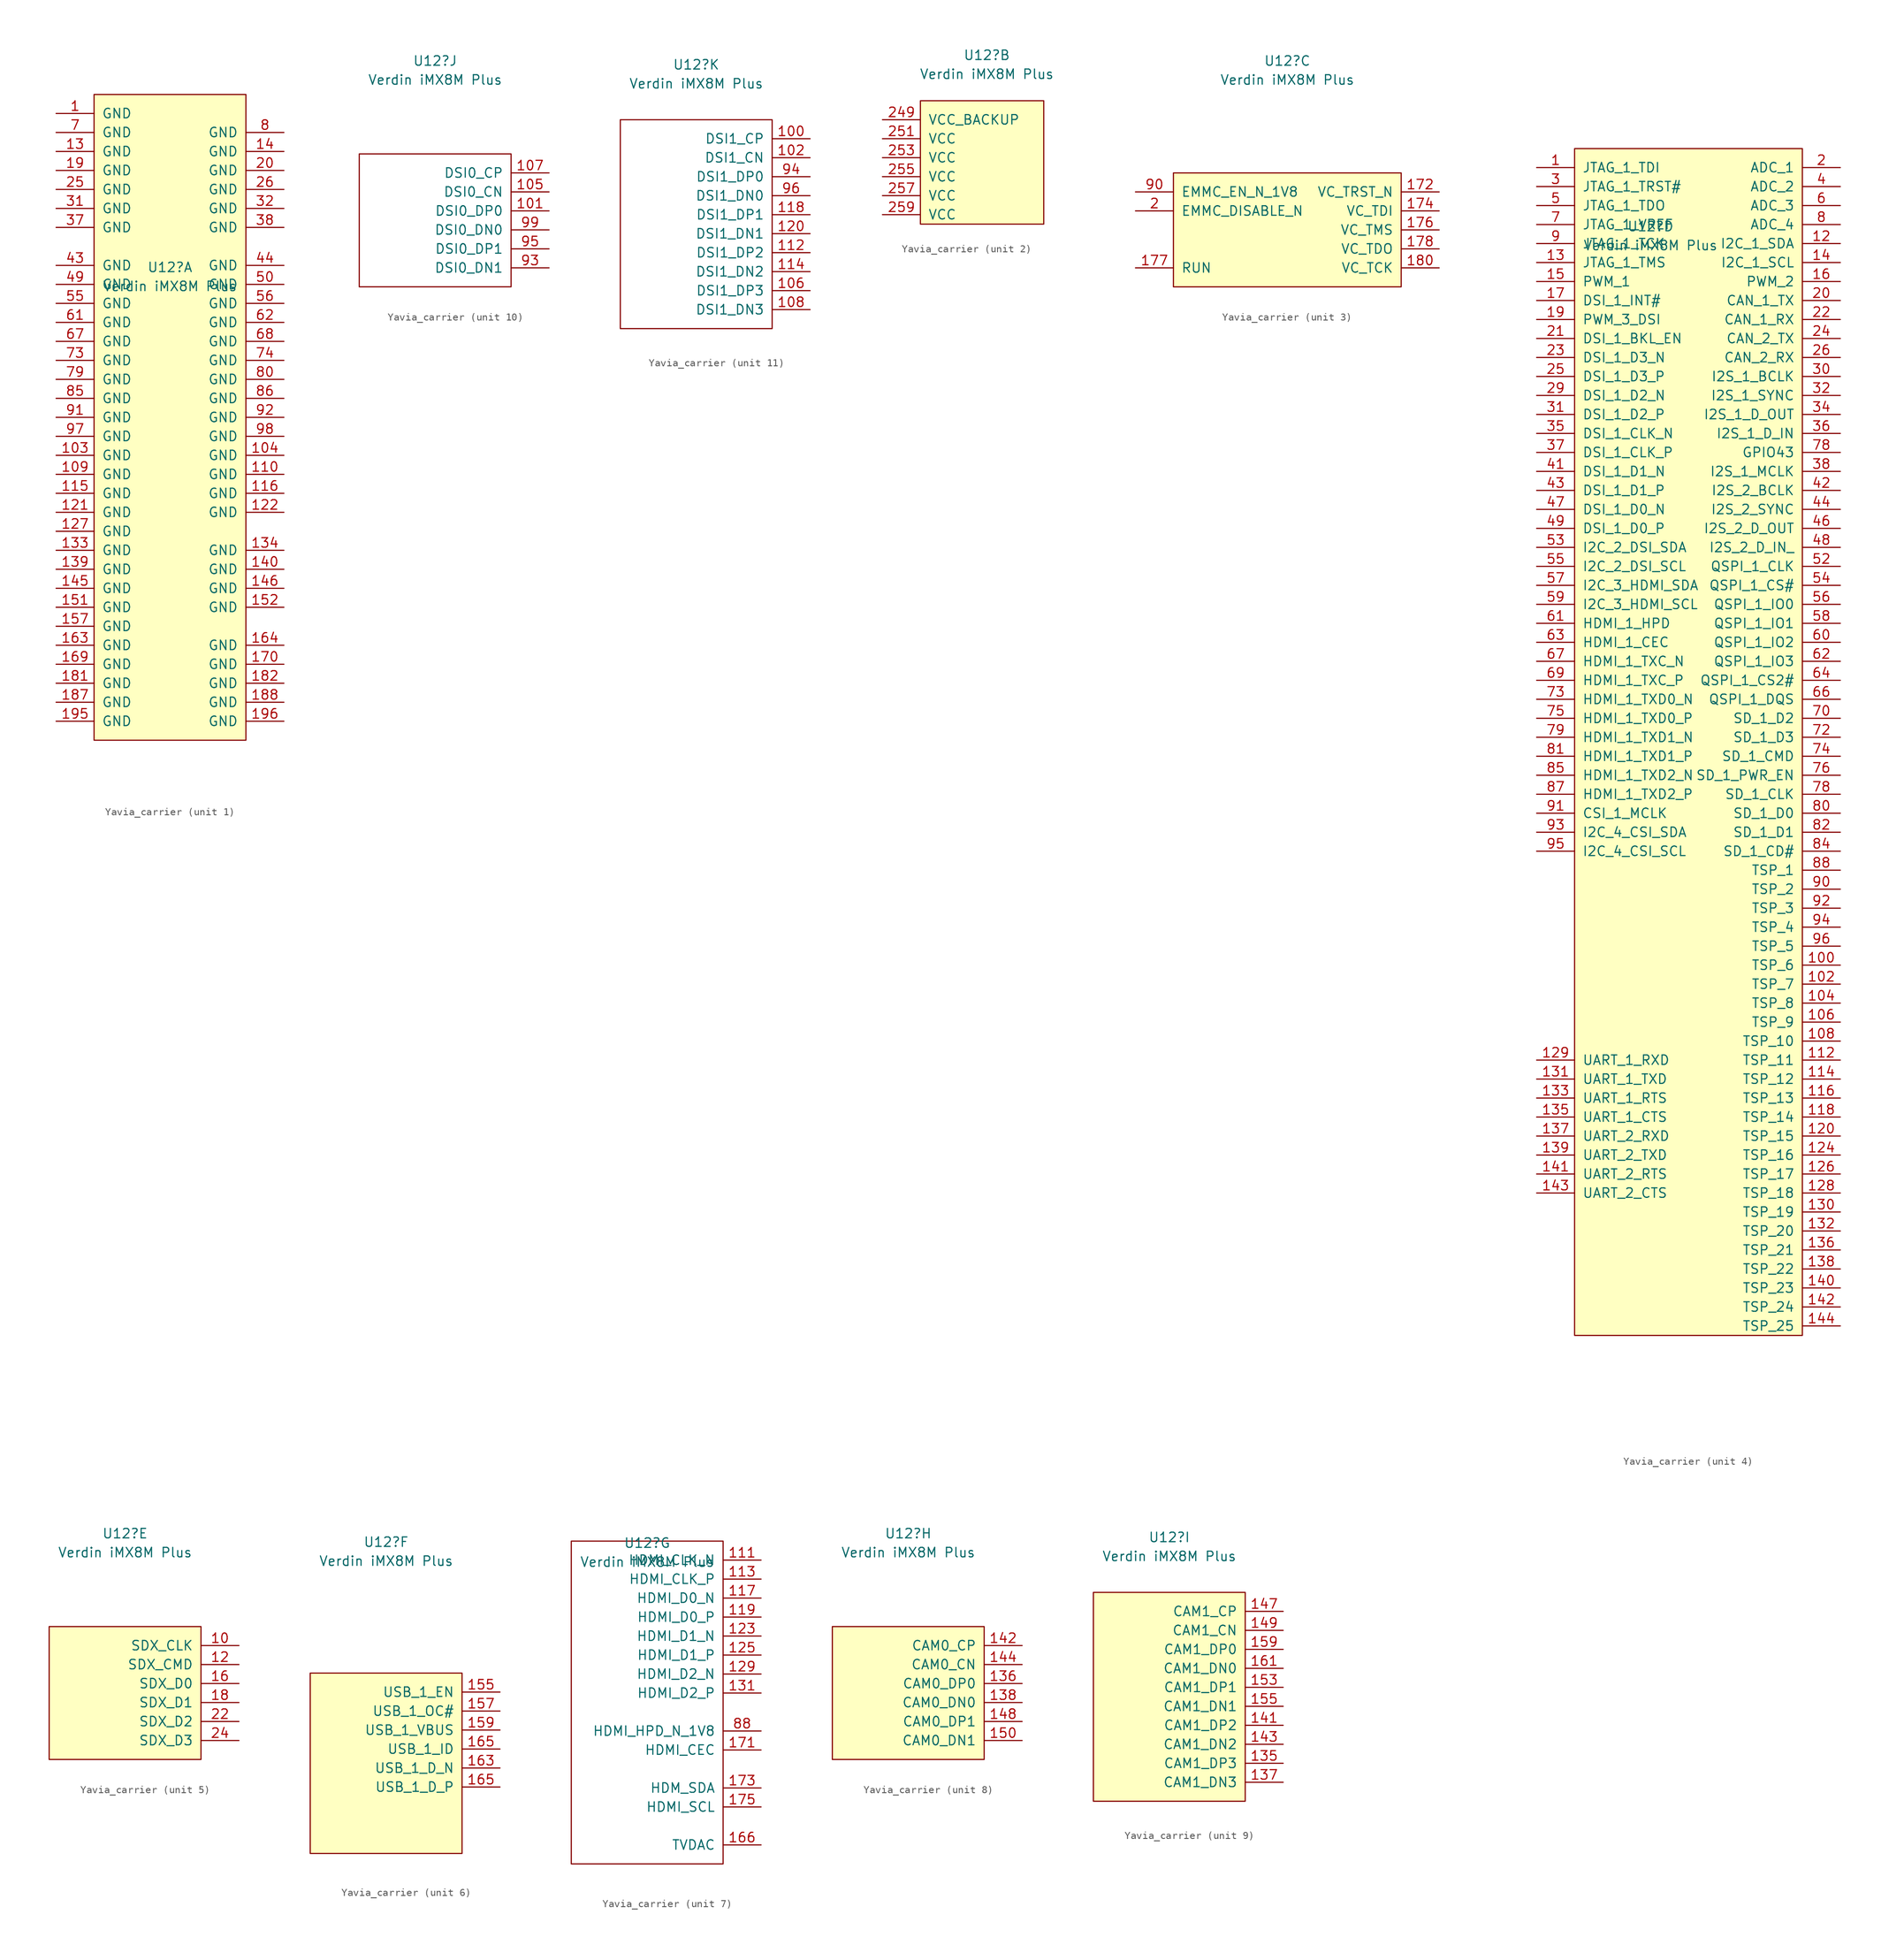
<source format=kicad_sym>
(kicad_symbol_lib
  (version 20220914)
  (generator kicad_symbol_editor)
  (symbol "Yavia_carrier"
    (pin_names
      (offset 1.016))
    (property "Reference" "U12"
      (at 0 22.606 0)
      (effects (font (size 1.27 1.27))))
    (property "Value" "Verdin iMX8M Plus"
      (at 0 20.066 0)
      (effects (font (size 1.27 1.27))))
    (property "ki_locked" ""
      (at 0 0 0)
      (effects (font (size 1.27 1.27))))
    (symbol "Yavia_carrier_1_1"
      (rectangle (start -10.16 45.72) (end 10.16 -40.64) (stroke (width 0) (type default)) (fill (type background)))
      (pin power_in line (at -15.24 43.18 0) (length 5.08) (name "GND" (effects (font (size 1.27 1.27)))) (number "1" (effects (font (size 1.27 1.27)))))
      (pin power_in line (at -15.24 -2.54 0) (length 5.08) (name "GND" (effects (font (size 1.27 1.27)))) (number "103" (effects (font (size 1.27 1.27)))))
      (pin power_in line (at 15.24 -2.54 180) (length 5.08) (name "GND" (effects (font (size 1.27 1.27)))) (number "104" (effects (font (size 1.27 1.27)))))
      (pin power_in line (at -15.24 -5.08 0) (length 5.08) (name "GND" (effects (font (size 1.27 1.27)))) (number "109" (effects (font (size 1.27 1.27)))))
      (pin power_in line (at 15.24 -5.08 180) (length 5.08) (name "GND" (effects (font (size 1.27 1.27)))) (number "110" (effects (font (size 1.27 1.27)))))
      (pin power_in line (at -15.24 -7.62 0) (length 5.08) (name "GND" (effects (font (size 1.27 1.27)))) (number "115" (effects (font (size 1.27 1.27)))))
      (pin power_in line (at 15.24 -7.62 180) (length 5.08) (name "GND" (effects (font (size 1.27 1.27)))) (number "116" (effects (font (size 1.27 1.27)))))
      (pin power_in line (at -15.24 -10.16 0) (length 5.08) (name "GND" (effects (font (size 1.27 1.27)))) (number "121" (effects (font (size 1.27 1.27)))))
      (pin power_in line (at 15.24 -10.16 180) (length 5.08) (name "GND" (effects (font (size 1.27 1.27)))) (number "122" (effects (font (size 1.27 1.27)))))
      (pin power_in line (at -15.24 -12.7 0) (length 5.08) (name "GND" (effects (font (size 1.27 1.27)))) (number "127" (effects (font (size 1.27 1.27)))))
      (pin power_in line (at -15.24 38.1 0) (length 5.08) (name "GND" (effects (font (size 1.27 1.27)))) (number "13" (effects (font (size 1.27 1.27)))))
      (pin power_in line (at -15.24 -15.24 0) (length 5.08) (name "GND" (effects (font (size 1.27 1.27)))) (number "133" (effects (font (size 1.27 1.27)))))
      (pin power_in line (at 15.24 -15.24 180) (length 5.08) (name "GND" (effects (font (size 1.27 1.27)))) (number "134" (effects (font (size 1.27 1.27)))))
      (pin power_in line (at -15.24 -17.78 0) (length 5.08) (name "GND" (effects (font (size 1.27 1.27)))) (number "139" (effects (font (size 1.27 1.27)))))
      (pin power_in line (at 15.24 38.1 180) (length 5.08) (name "GND" (effects (font (size 1.27 1.27)))) (number "14" (effects (font (size 1.27 1.27)))))
      (pin power_in line (at 15.24 -17.78 180) (length 5.08) (name "GND" (effects (font (size 1.27 1.27)))) (number "140" (effects (font (size 1.27 1.27)))))
      (pin power_in line (at -15.24 -20.32 0) (length 5.08) (name "GND" (effects (font (size 1.27 1.27)))) (number "145" (effects (font (size 1.27 1.27)))))
      (pin power_in line (at 15.24 -20.32 180) (length 5.08) (name "GND" (effects (font (size 1.27 1.27)))) (number "146" (effects (font (size 1.27 1.27)))))
      (pin power_in line (at -15.24 -22.86 0) (length 5.08) (name "GND" (effects (font (size 1.27 1.27)))) (number "151" (effects (font (size 1.27 1.27)))))
      (pin power_in line (at 15.24 -22.86 180) (length 5.08) (name "GND" (effects (font (size 1.27 1.27)))) (number "152" (effects (font (size 1.27 1.27)))))
      (pin power_in line (at -15.24 -25.4 0) (length 5.08) (name "GND" (effects (font (size 1.27 1.27)))) (number "157" (effects (font (size 1.27 1.27)))))
      (pin power_in line (at -15.24 -27.94 0) (length 5.08) (name "GND" (effects (font (size 1.27 1.27)))) (number "163" (effects (font (size 1.27 1.27)))))
      (pin power_in line (at 15.24 -27.94 180) (length 5.08) (name "GND" (effects (font (size 1.27 1.27)))) (number "164" (effects (font (size 1.27 1.27)))))
      (pin power_in line (at -15.24 -30.48 0) (length 5.08) (name "GND" (effects (font (size 1.27 1.27)))) (number "169" (effects (font (size 1.27 1.27)))))
      (pin power_in line (at 15.24 -30.48 180) (length 5.08) (name "GND" (effects (font (size 1.27 1.27)))) (number "170" (effects (font (size 1.27 1.27)))))
      (pin power_in line (at -15.24 -33.02 0) (length 5.08) (name "GND" (effects (font (size 1.27 1.27)))) (number "181" (effects (font (size 1.27 1.27)))))
      (pin power_in line (at 15.24 -33.02 180) (length 5.08) (name "GND" (effects (font (size 1.27 1.27)))) (number "182" (effects (font (size 1.27 1.27)))))
      (pin power_in line (at -15.24 -35.56 0) (length 5.08) (name "GND" (effects (font (size 1.27 1.27)))) (number "187" (effects (font (size 1.27 1.27)))))
      (pin power_in line (at 15.24 -35.56 180) (length 5.08) (name "GND" (effects (font (size 1.27 1.27)))) (number "188" (effects (font (size 1.27 1.27)))))
      (pin power_in line (at -15.24 35.56 0) (length 5.08) (name "GND" (effects (font (size 1.27 1.27)))) (number "19" (effects (font (size 1.27 1.27)))))
      (pin power_in line (at -15.24 -38.1 0) (length 5.08) (name "GND" (effects (font (size 1.27 1.27)))) (number "195" (effects (font (size 1.27 1.27)))))
      (pin power_in line (at 15.24 -38.1 180) (length 5.08) (name "GND" (effects (font (size 1.27 1.27)))) (number "196" (effects (font (size 1.27 1.27)))))
      (pin power_in line (at 15.24 35.56 180) (length 5.08) (name "GND" (effects (font (size 1.27 1.27)))) (number "20" (effects (font (size 1.27 1.27)))))
      (pin power_in line (at -15.24 33.02 0) (length 5.08) (name "GND" (effects (font (size 1.27 1.27)))) (number "25" (effects (font (size 1.27 1.27)))))
      (pin power_in line (at 15.24 33.02 180) (length 5.08) (name "GND" (effects (font (size 1.27 1.27)))) (number "26" (effects (font (size 1.27 1.27)))))
      (pin power_in line (at -15.24 30.48 0) (length 5.08) (name "GND" (effects (font (size 1.27 1.27)))) (number "31" (effects (font (size 1.27 1.27)))))
      (pin power_in line (at 15.24 30.48 180) (length 5.08) (name "GND" (effects (font (size 1.27 1.27)))) (number "32" (effects (font (size 1.27 1.27)))))
      (pin power_in line (at -15.24 27.94 0) (length 5.08) (name "GND" (effects (font (size 1.27 1.27)))) (number "37" (effects (font (size 1.27 1.27)))))
      (pin power_in line (at 15.24 27.94 180) (length 5.08) (name "GND" (effects (font (size 1.27 1.27)))) (number "38" (effects (font (size 1.27 1.27)))))
      (pin power_in line (at -15.24 22.86 0) (length 5.08) (name "GND" (effects (font (size 1.27 1.27)))) (number "43" (effects (font (size 1.27 1.27)))))
      (pin power_in line (at 15.24 22.86 180) (length 5.08) (name "GND" (effects (font (size 1.27 1.27)))) (number "44" (effects (font (size 1.27 1.27)))))
      (pin power_in line (at -15.24 20.32 0) (length 5.08) (name "GND" (effects (font (size 1.27 1.27)))) (number "49" (effects (font (size 1.27 1.27)))))
      (pin power_in line (at 15.24 20.32 180) (length 5.08) (name "GND" (effects (font (size 1.27 1.27)))) (number "50" (effects (font (size 1.27 1.27)))))
      (pin power_in line (at -15.24 17.78 0) (length 5.08) (name "GND" (effects (font (size 1.27 1.27)))) (number "55" (effects (font (size 1.27 1.27)))))
      (pin power_in line (at 15.24 17.78 180) (length 5.08) (name "GND" (effects (font (size 1.27 1.27)))) (number "56" (effects (font (size 1.27 1.27)))))
      (pin power_in line (at -15.24 15.24 0) (length 5.08) (name "GND" (effects (font (size 1.27 1.27)))) (number "61" (effects (font (size 1.27 1.27)))))
      (pin power_in line (at 15.24 15.24 180) (length 5.08) (name "GND" (effects (font (size 1.27 1.27)))) (number "62" (effects (font (size 1.27 1.27)))))
      (pin power_in line (at -15.24 12.7 0) (length 5.08) (name "GND" (effects (font (size 1.27 1.27)))) (number "67" (effects (font (size 1.27 1.27)))))
      (pin power_in line (at 15.24 12.7 180) (length 5.08) (name "GND" (effects (font (size 1.27 1.27)))) (number "68" (effects (font (size 1.27 1.27)))))
      (pin power_in line (at -15.24 40.64 0) (length 5.08) (name "GND" (effects (font (size 1.27 1.27)))) (number "7" (effects (font (size 1.27 1.27)))))
      (pin power_in line (at -15.24 10.16 0) (length 5.08) (name "GND" (effects (font (size 1.27 1.27)))) (number "73" (effects (font (size 1.27 1.27)))))
      (pin power_in line (at 15.24 10.16 180) (length 5.08) (name "GND" (effects (font (size 1.27 1.27)))) (number "74" (effects (font (size 1.27 1.27)))))
      (pin power_in line (at -15.24 7.62 0) (length 5.08) (name "GND" (effects (font (size 1.27 1.27)))) (number "79" (effects (font (size 1.27 1.27)))))
      (pin power_in line (at 15.24 40.64 180) (length 5.08) (name "GND" (effects (font (size 1.27 1.27)))) (number "8" (effects (font (size 1.27 1.27)))))
      (pin power_in line (at 15.24 7.62 180) (length 5.08) (name "GND" (effects (font (size 1.27 1.27)))) (number "80" (effects (font (size 1.27 1.27)))))
      (pin power_in line (at -15.24 5.08 0) (length 5.08) (name "GND" (effects (font (size 1.27 1.27)))) (number "85" (effects (font (size 1.27 1.27)))))
      (pin power_in line (at 15.24 5.08 180) (length 5.08) (name "GND" (effects (font (size 1.27 1.27)))) (number "86" (effects (font (size 1.27 1.27)))))
      (pin power_in line (at -15.24 2.54 0) (length 5.08) (name "GND" (effects (font (size 1.27 1.27)))) (number "91" (effects (font (size 1.27 1.27)))))
      (pin power_in line (at 15.24 2.54 180) (length 5.08) (name "GND" (effects (font (size 1.27 1.27)))) (number "92" (effects (font (size 1.27 1.27)))))
      (pin power_in line (at -15.24 0 0) (length 5.08) (name "GND" (effects (font (size 1.27 1.27)))) (number "97" (effects (font (size 1.27 1.27)))))
      (pin power_in line (at 15.24 0 180) (length 5.08) (name "GND" (effects (font (size 1.27 1.27)))) (number "98" (effects (font (size 1.27 1.27))))))
    (symbol "Yavia_carrier_2_1"
      (rectangle (start -8.89 16.51) (end 7.62 0) (stroke (width 0) (type default)) (fill (type background)))
      (pin power_in line (at -13.97 13.97 0) (length 5.08) (name "VCC_BACKUP" (effects (font (size 1.27 1.27)))) (number "249" (effects (font (size 1.27 1.27)))))
      (pin power_in line (at -13.97 11.43 0) (length 5.08) (name "VCC" (effects (font (size 1.27 1.27)))) (number "251" (effects (font (size 1.27 1.27)))))
      (pin power_in line (at -13.97 8.89 0) (length 5.08) (name "VCC" (effects (font (size 1.27 1.27)))) (number "253" (effects (font (size 1.27 1.27)))))
      (pin power_in line (at -13.97 6.35 0) (length 5.08) (name "VCC" (effects (font (size 1.27 1.27)))) (number "255" (effects (font (size 1.27 1.27)))))
      (pin power_in line (at -13.97 3.81 0) (length 5.08) (name "VCC" (effects (font (size 1.27 1.27)))) (number "257" (effects (font (size 1.27 1.27)))))
      (pin power_in line (at -13.97 1.27 0) (length 5.08) (name "VCC" (effects (font (size 1.27 1.27)))) (number "259" (effects (font (size 1.27 1.27))))))
    (symbol "Yavia_carrier_3_1"
      (rectangle (start -15.24 7.62) (end 15.24 -7.62) (stroke (width 0) (type default)) (fill (type background)))
      (pin input line (at 20.32 5.08 180) (length 5.08) (name "VC_TRST_N" (effects (font (size 1.27 1.27)))) (number "172" (effects (font (size 1.27 1.27)))))
      (pin input line (at 20.32 2.54 180) (length 5.08) (name "VC_TDI" (effects (font (size 1.27 1.27)))) (number "174" (effects (font (size 1.27 1.27)))))
      (pin input line (at 20.32 0 180) (length 5.08) (name "VC_TMS" (effects (font (size 1.27 1.27)))) (number "176" (effects (font (size 1.27 1.27)))))
      (pin input line (at -20.32 -5.08 0) (length 5.08) (name "RUN" (effects (font (size 1.27 1.27)))) (number "177" (effects (font (size 1.27 1.27)))))
      (pin output line (at 20.32 -2.54 180) (length 5.08) (name "VC_TDO" (effects (font (size 1.27 1.27)))) (number "178" (effects (font (size 1.27 1.27)))))
      (pin input line (at 20.32 -5.08 180) (length 5.08) (name "VC_TCK" (effects (font (size 1.27 1.27)))) (number "180" (effects (font (size 1.27 1.27)))))
      (pin input line (at -20.32 2.54 0) (length 5.08) (name "EMMC_DISABLE_N" (effects (font (size 1.27 1.27)))) (number "2" (effects (font (size 1.27 1.27)))))
      (pin output line (at -20.32 5.08 0) (length 5.08) (name "EMMC_EN_N_1V8" (effects (font (size 1.27 1.27)))) (number "90" (effects (font (size 1.27 1.27))))))
    (symbol "Yavia_carrier_4_1"
      (rectangle (start -10.16 33.02) (end 20.32 -125.73) (stroke (width 0) (type default)) (fill (type background)))
      (pin bidirectional line (at -15.24 30.48 0) (length 5.08) (name "JTAG_1_TDI" (effects (font (size 1.27 1.27)))) (number "1" (effects (font (size 1.27 1.27)))))
      (pin bidirectional line (at 25.4 -76.2 180) (length 5.08) (name "TSP_6" (effects (font (size 1.27 1.27)))) (number "100" (effects (font (size 1.27 1.27)))))
      (pin bidirectional line (at 25.4 -78.74 180) (length 5.08) (name "TSP_7" (effects (font (size 1.27 1.27)))) (number "102" (effects (font (size 1.27 1.27)))))
      (pin bidirectional line (at 25.4 -81.28 180) (length 5.08) (name "TSP_8" (effects (font (size 1.27 1.27)))) (number "104" (effects (font (size 1.27 1.27)))))
      (pin bidirectional line (at 25.4 -83.82 180) (length 5.08) (name "TSP_9" (effects (font (size 1.27 1.27)))) (number "106" (effects (font (size 1.27 1.27)))))
      (pin bidirectional line (at 25.4 -86.36 180) (length 5.08) (name "TSP_10" (effects (font (size 1.27 1.27)))) (number "108" (effects (font (size 1.27 1.27)))))
      (pin bidirectional line (at 25.4 -88.9 180) (length 5.08) (name "TSP_11" (effects (font (size 1.27 1.27)))) (number "112" (effects (font (size 1.27 1.27)))))
      (pin bidirectional line (at 25.4 -91.44 180) (length 5.08) (name "TSP_12" (effects (font (size 1.27 1.27)))) (number "114" (effects (font (size 1.27 1.27)))))
      (pin bidirectional line (at 25.4 -93.98 180) (length 5.08) (name "TSP_13" (effects (font (size 1.27 1.27)))) (number "116" (effects (font (size 1.27 1.27)))))
      (pin bidirectional line (at 25.4 -96.52 180) (length 5.08) (name "TSP_14" (effects (font (size 1.27 1.27)))) (number "118" (effects (font (size 1.27 1.27)))))
      (pin bidirectional line (at 25.4 20.32 180) (length 5.08) (name "I2C_1_SDA" (effects (font (size 1.27 1.27)))) (number "12" (effects (font (size 1.27 1.27)))))
      (pin bidirectional line (at 25.4 -99.06 180) (length 5.08) (name "TSP_15" (effects (font (size 1.27 1.27)))) (number "120" (effects (font (size 1.27 1.27)))))
      (pin bidirectional line (at 25.4 -101.6 180) (length 5.08) (name "TSP_16" (effects (font (size 1.27 1.27)))) (number "124" (effects (font (size 1.27 1.27)))))
      (pin bidirectional line (at 25.4 -104.14 180) (length 5.08) (name "TSP_17" (effects (font (size 1.27 1.27)))) (number "126" (effects (font (size 1.27 1.27)))))
      (pin bidirectional line (at 25.4 -106.68 180) (length 5.08) (name "TSP_18" (effects (font (size 1.27 1.27)))) (number "128" (effects (font (size 1.27 1.27)))))
      (pin bidirectional line (at -15.24 -88.9 0) (length 5.08) (name "UART_1_RXD" (effects (font (size 1.27 1.27)))) (number "129" (effects (font (size 1.27 1.27)))))
      (pin bidirectional line (at -15.24 17.78 0) (length 5.08) (name "JTAG_1_TMS" (effects (font (size 1.27 1.27)))) (number "13" (effects (font (size 1.27 1.27)))))
      (pin bidirectional line (at 25.4 -109.22 180) (length 5.08) (name "TSP_19" (effects (font (size 1.27 1.27)))) (number "130" (effects (font (size 1.27 1.27)))))
      (pin bidirectional line (at -15.24 -91.44 0) (length 5.08) (name "UART_1_TXD" (effects (font (size 1.27 1.27)))) (number "131" (effects (font (size 1.27 1.27)))))
      (pin bidirectional line (at 25.4 -111.76 180) (length 5.08) (name "TSP_20" (effects (font (size 1.27 1.27)))) (number "132" (effects (font (size 1.27 1.27)))))
      (pin bidirectional line (at -15.24 -93.98 0) (length 5.08) (name "UART_1_RTS" (effects (font (size 1.27 1.27)))) (number "133" (effects (font (size 1.27 1.27)))))
      (pin bidirectional line (at -15.24 -96.52 0) (length 5.08) (name "UART_1_CTS" (effects (font (size 1.27 1.27)))) (number "135" (effects (font (size 1.27 1.27)))))
      (pin bidirectional line (at 25.4 -114.3 180) (length 5.08) (name "TSP_21" (effects (font (size 1.27 1.27)))) (number "136" (effects (font (size 1.27 1.27)))))
      (pin bidirectional line (at -15.24 -99.06 0) (length 5.08) (name "UART_2_RXD" (effects (font (size 1.27 1.27)))) (number "137" (effects (font (size 1.27 1.27)))))
      (pin bidirectional line (at 25.4 -116.84 180) (length 5.08) (name "TSP_22" (effects (font (size 1.27 1.27)))) (number "138" (effects (font (size 1.27 1.27)))))
      (pin bidirectional line (at -15.24 -101.6 0) (length 5.08) (name "UART_2_TXD" (effects (font (size 1.27 1.27)))) (number "139" (effects (font (size 1.27 1.27)))))
      (pin bidirectional line (at 25.4 17.78 180) (length 5.08) (name "I2C_1_SCL" (effects (font (size 1.27 1.27)))) (number "14" (effects (font (size 1.27 1.27)))))
      (pin bidirectional line (at 25.4 -119.38 180) (length 5.08) (name "TSP_23" (effects (font (size 1.27 1.27)))) (number "140" (effects (font (size 1.27 1.27)))))
      (pin bidirectional line (at -15.24 -104.14 0) (length 5.08) (name "UART_2_RTS" (effects (font (size 1.27 1.27)))) (number "141" (effects (font (size 1.27 1.27)))))
      (pin bidirectional line (at 25.4 -121.92 180) (length 5.08) (name "TSP_24" (effects (font (size 1.27 1.27)))) (number "142" (effects (font (size 1.27 1.27)))))
      (pin bidirectional line (at -15.24 -106.68 0) (length 5.08) (name "UART_2_CTS" (effects (font (size 1.27 1.27)))) (number "143" (effects (font (size 1.27 1.27)))))
      (pin bidirectional line (at 25.4 -124.46 180) (length 5.08) (name "TSP_25" (effects (font (size 1.27 1.27)))) (number "144" (effects (font (size 1.27 1.27)))))
      (pin bidirectional line (at -15.24 15.24 0) (length 5.08) (name "PWM_1" (effects (font (size 1.27 1.27)))) (number "15" (effects (font (size 1.27 1.27)))))
      (pin bidirectional line (at 25.4 15.24 180) (length 5.08) (name "PWM_2" (effects (font (size 1.27 1.27)))) (number "16" (effects (font (size 1.27 1.27)))))
      (pin bidirectional line (at -15.24 12.7 0) (length 5.08) (name "DSI_1_INT#" (effects (font (size 1.27 1.27)))) (number "17" (effects (font (size 1.27 1.27)))))
      (pin bidirectional line (at -15.24 10.16 0) (length 5.08) (name "PWM_3_DSI" (effects (font (size 1.27 1.27)))) (number "19" (effects (font (size 1.27 1.27)))))
      (pin bidirectional line (at 25.4 30.48 180) (length 5.08) (name "ADC_1" (effects (font (size 1.27 1.27)))) (number "2" (effects (font (size 1.27 1.27)))))
      (pin bidirectional line (at 25.4 12.7 180) (length 5.08) (name "CAN_1_TX" (effects (font (size 1.27 1.27)))) (number "20" (effects (font (size 1.27 1.27)))))
      (pin bidirectional line (at -15.24 7.62 0) (length 5.08) (name "DSI_1_BKL_EN" (effects (font (size 1.27 1.27)))) (number "21" (effects (font (size 1.27 1.27)))))
      (pin bidirectional line (at 25.4 10.16 180) (length 5.08) (name "CAN_1_RX" (effects (font (size 1.27 1.27)))) (number "22" (effects (font (size 1.27 1.27)))))
      (pin bidirectional line (at -15.24 5.08 0) (length 5.08) (name "DSI_1_D3_N" (effects (font (size 1.27 1.27)))) (number "23" (effects (font (size 1.27 1.27)))))
      (pin bidirectional line (at 25.4 7.62 180) (length 5.08) (name "CAN_2_TX" (effects (font (size 1.27 1.27)))) (number "24" (effects (font (size 1.27 1.27)))))
      (pin bidirectional line (at -15.24 2.54 0) (length 5.08) (name "DSI_1_D3_P" (effects (font (size 1.27 1.27)))) (number "25" (effects (font (size 1.27 1.27)))))
      (pin bidirectional line (at 25.4 5.08 180) (length 5.08) (name "CAN_2_RX" (effects (font (size 1.27 1.27)))) (number "26" (effects (font (size 1.27 1.27)))))
      (pin bidirectional line (at -15.24 0 0) (length 5.08) (name "DSI_1_D2_N" (effects (font (size 1.27 1.27)))) (number "29" (effects (font (size 1.27 1.27)))))
      (pin bidirectional line (at -15.24 27.94 0) (length 5.08) (name "JTAG_1_TRST#" (effects (font (size 1.27 1.27)))) (number "3" (effects (font (size 1.27 1.27)))))
      (pin bidirectional line (at 25.4 2.54 180) (length 5.08) (name "I2S_1_BCLK" (effects (font (size 1.27 1.27)))) (number "30" (effects (font (size 1.27 1.27)))))
      (pin bidirectional line (at -15.24 -2.54 0) (length 5.08) (name "DSI_1_D2_P" (effects (font (size 1.27 1.27)))) (number "31" (effects (font (size 1.27 1.27)))))
      (pin bidirectional line (at 25.4 0 180) (length 5.08) (name "I2S_1_SYNC" (effects (font (size 1.27 1.27)))) (number "32" (effects (font (size 1.27 1.27)))))
      (pin bidirectional line (at 25.4 -2.54 180) (length 5.08) (name "I2S_1_D_OUT" (effects (font (size 1.27 1.27)))) (number "34" (effects (font (size 1.27 1.27)))))
      (pin bidirectional line (at -15.24 -5.08 0) (length 5.08) (name "DSI_1_CLK_N" (effects (font (size 1.27 1.27)))) (number "35" (effects (font (size 1.27 1.27)))))
      (pin bidirectional line (at 25.4 -5.08 180) (length 5.08) (name "I2S_1_D_IN" (effects (font (size 1.27 1.27)))) (number "36" (effects (font (size 1.27 1.27)))))
      (pin bidirectional line (at -15.24 -7.62 0) (length 5.08) (name "DSI_1_CLK_P" (effects (font (size 1.27 1.27)))) (number "37" (effects (font (size 1.27 1.27)))))
      (pin bidirectional line (at 25.4 -10.16 180) (length 5.08) (name "I2S_1_MCLK" (effects (font (size 1.27 1.27)))) (number "38" (effects (font (size 1.27 1.27)))))
      (pin bidirectional line (at 25.4 27.94 180) (length 5.08) (name "ADC_2" (effects (font (size 1.27 1.27)))) (number "4" (effects (font (size 1.27 1.27)))))
      (pin bidirectional line (at -15.24 -10.16 0) (length 5.08) (name "DSI_1_D1_N" (effects (font (size 1.27 1.27)))) (number "41" (effects (font (size 1.27 1.27)))))
      (pin bidirectional line (at 25.4 -12.7 180) (length 5.08) (name "I2S_2_BCLK" (effects (font (size 1.27 1.27)))) (number "42" (effects (font (size 1.27 1.27)))))
      (pin bidirectional line (at -15.24 -12.7 0) (length 5.08) (name "DSI_1_D1_P" (effects (font (size 1.27 1.27)))) (number "43" (effects (font (size 1.27 1.27)))))
      (pin bidirectional line (at 25.4 -15.24 180) (length 5.08) (name "I2S_2_SYNC" (effects (font (size 1.27 1.27)))) (number "44" (effects (font (size 1.27 1.27)))))
      (pin bidirectional line (at 25.4 -17.78 180) (length 5.08) (name "I2S_2_D_OUT" (effects (font (size 1.27 1.27)))) (number "46" (effects (font (size 1.27 1.27)))))
      (pin bidirectional line (at -15.24 -15.24 0) (length 5.08) (name "DSI_1_D0_N" (effects (font (size 1.27 1.27)))) (number "47" (effects (font (size 1.27 1.27)))))
      (pin bidirectional line (at 25.4 -20.32 180) (length 5.08) (name "I2S_2_D_IN_" (effects (font (size 1.27 1.27)))) (number "48" (effects (font (size 1.27 1.27)))))
      (pin bidirectional line (at -15.24 -17.78 0) (length 5.08) (name "DSI_1_D0_P" (effects (font (size 1.27 1.27)))) (number "49" (effects (font (size 1.27 1.27)))))
      (pin bidirectional line (at -15.24 25.4 0) (length 5.08) (name "JTAG_1_TDO" (effects (font (size 1.27 1.27)))) (number "5" (effects (font (size 1.27 1.27)))))
      (pin bidirectional line (at 25.4 -22.86 180) (length 5.08) (name "QSPI_1_CLK" (effects (font (size 1.27 1.27)))) (number "52" (effects (font (size 1.27 1.27)))))
      (pin bidirectional line (at -15.24 -20.32 0) (length 5.08) (name "I2C_2_DSI_SDA" (effects (font (size 1.27 1.27)))) (number "53" (effects (font (size 1.27 1.27)))))
      (pin bidirectional line (at 25.4 -25.4 180) (length 5.08) (name "QSPI_1_CS#" (effects (font (size 1.27 1.27)))) (number "54" (effects (font (size 1.27 1.27)))))
      (pin bidirectional line (at -15.24 -22.86 0) (length 5.08) (name "I2C_2_DSI_SCL" (effects (font (size 1.27 1.27)))) (number "55" (effects (font (size 1.27 1.27)))))
      (pin bidirectional line (at 25.4 -27.94 180) (length 5.08) (name "QSPI_1_IO0" (effects (font (size 1.27 1.27)))) (number "56" (effects (font (size 1.27 1.27)))))
      (pin bidirectional line (at -15.24 -25.4 0) (length 5.08) (name "I2C_3_HDMI_SDA" (effects (font (size 1.27 1.27)))) (number "57" (effects (font (size 1.27 1.27)))))
      (pin bidirectional line (at 25.4 -30.48 180) (length 5.08) (name "QSPI_1_IO1" (effects (font (size 1.27 1.27)))) (number "58" (effects (font (size 1.27 1.27)))))
      (pin bidirectional line (at -15.24 -27.94 0) (length 5.08) (name "I2C_3_HDMI_SCL" (effects (font (size 1.27 1.27)))) (number "59" (effects (font (size 1.27 1.27)))))
      (pin bidirectional line (at 25.4 25.4 180) (length 5.08) (name "ADC_3" (effects (font (size 1.27 1.27)))) (number "6" (effects (font (size 1.27 1.27)))))
      (pin bidirectional line (at 25.4 -33.02 180) (length 5.08) (name "QSPI_1_IO2" (effects (font (size 1.27 1.27)))) (number "60" (effects (font (size 1.27 1.27)))))
      (pin bidirectional line (at -15.24 -30.48 0) (length 5.08) (name "HDMI_1_HPD" (effects (font (size 1.27 1.27)))) (number "61" (effects (font (size 1.27 1.27)))))
      (pin bidirectional line (at 25.4 -35.56 180) (length 5.08) (name "QSPI_1_IO3" (effects (font (size 1.27 1.27)))) (number "62" (effects (font (size 1.27 1.27)))))
      (pin bidirectional line (at -15.24 -33.02 0) (length 5.08) (name "HDMI_1_CEC" (effects (font (size 1.27 1.27)))) (number "63" (effects (font (size 1.27 1.27)))))
      (pin bidirectional line (at 25.4 -38.1 180) (length 5.08) (name "QSPI_1_CS2#" (effects (font (size 1.27 1.27)))) (number "64" (effects (font (size 1.27 1.27)))))
      (pin bidirectional line (at 25.4 -40.64 180) (length 5.08) (name "QSPI_1_DQS" (effects (font (size 1.27 1.27)))) (number "66" (effects (font (size 1.27 1.27)))))
      (pin bidirectional line (at -15.24 -35.56 0) (length 5.08) (name "HDMI_1_TXC_N" (effects (font (size 1.27 1.27)))) (number "67" (effects (font (size 1.27 1.27)))))
      (pin bidirectional line (at -15.24 -38.1 0) (length 5.08) (name "HDMI_1_TXC_P" (effects (font (size 1.27 1.27)))) (number "69" (effects (font (size 1.27 1.27)))))
      (pin bidirectional line (at -15.24 22.86 0) (length 5.08) (name "JTAG_1_VREF" (effects (font (size 1.27 1.27)))) (number "7" (effects (font (size 1.27 1.27)))))
      (pin bidirectional line (at 25.4 -43.18 180) (length 5.08) (name "SD_1_D2" (effects (font (size 1.27 1.27)))) (number "70" (effects (font (size 1.27 1.27)))))
      (pin bidirectional line (at 25.4 -45.72 180) (length 5.08) (name "SD_1_D3" (effects (font (size 1.27 1.27)))) (number "72" (effects (font (size 1.27 1.27)))))
      (pin bidirectional line (at -15.24 -40.64 0) (length 5.08) (name "HDMI_1_TXD0_N" (effects (font (size 1.27 1.27)))) (number "73" (effects (font (size 1.27 1.27)))))
      (pin bidirectional line (at 25.4 -48.26 180) (length 5.08) (name "SD_1_CMD" (effects (font (size 1.27 1.27)))) (number "74" (effects (font (size 1.27 1.27)))))
      (pin bidirectional line (at -15.24 -43.18 0) (length 5.08) (name "HDMI_1_TXD0_P" (effects (font (size 1.27 1.27)))) (number "75" (effects (font (size 1.27 1.27)))))
      (pin bidirectional line (at 25.4 -50.8 180) (length 5.08) (name "SD_1_PWR_EN" (effects (font (size 1.27 1.27)))) (number "76" (effects (font (size 1.27 1.27)))))
      (pin bidirectional line (at 25.4 -7.62 180) (length 5.08) (name "GPIO43" (effects (font (size 1.27 1.27)))) (number "78" (effects (font (size 1.27 1.27)))))
      (pin bidirectional line (at 25.4 -53.34 180) (length 5.08) (name "SD_1_CLK" (effects (font (size 1.27 1.27)))) (number "78" (effects (font (size 1.27 1.27)))))
      (pin bidirectional line (at -15.24 -45.72 0) (length 5.08) (name "HDMI_1_TXD1_N" (effects (font (size 1.27 1.27)))) (number "79" (effects (font (size 1.27 1.27)))))
      (pin bidirectional line (at 25.4 22.86 180) (length 5.08) (name "ADC_4" (effects (font (size 1.27 1.27)))) (number "8" (effects (font (size 1.27 1.27)))))
      (pin bidirectional line (at 25.4 -55.88 180) (length 5.08) (name "SD_1_D0" (effects (font (size 1.27 1.27)))) (number "80" (effects (font (size 1.27 1.27)))))
      (pin bidirectional line (at -15.24 -48.26 0) (length 5.08) (name "HDMI_1_TXD1_P" (effects (font (size 1.27 1.27)))) (number "81" (effects (font (size 1.27 1.27)))))
      (pin bidirectional line (at 25.4 -58.42 180) (length 5.08) (name "SD_1_D1" (effects (font (size 1.27 1.27)))) (number "82" (effects (font (size 1.27 1.27)))))
      (pin bidirectional line (at 25.4 -60.96 180) (length 5.08) (name "SD_1_CD#" (effects (font (size 1.27 1.27)))) (number "84" (effects (font (size 1.27 1.27)))))
      (pin bidirectional line (at -15.24 -50.8 0) (length 5.08) (name "HDMI_1_TXD2_N" (effects (font (size 1.27 1.27)))) (number "85" (effects (font (size 1.27 1.27)))))
      (pin bidirectional line (at -15.24 -53.34 0) (length 5.08) (name "HDMI_1_TXD2_P" (effects (font (size 1.27 1.27)))) (number "87" (effects (font (size 1.27 1.27)))))
      (pin bidirectional line (at 25.4 -63.5 180) (length 5.08) (name "TSP_1" (effects (font (size 1.27 1.27)))) (number "88" (effects (font (size 1.27 1.27)))))
      (pin bidirectional line (at -15.24 20.32 0) (length 5.08) (name "JTAG_1_TCK" (effects (font (size 1.27 1.27)))) (number "9" (effects (font (size 1.27 1.27)))))
      (pin bidirectional line (at 25.4 -66.04 180) (length 5.08) (name "TSP_2" (effects (font (size 1.27 1.27)))) (number "90" (effects (font (size 1.27 1.27)))))
      (pin bidirectional line (at -15.24 -55.88 0) (length 5.08) (name "CSI_1_MCLK" (effects (font (size 1.27 1.27)))) (number "91" (effects (font (size 1.27 1.27)))))
      (pin bidirectional line (at 25.4 -68.58 180) (length 5.08) (name "TSP_3" (effects (font (size 1.27 1.27)))) (number "92" (effects (font (size 1.27 1.27)))))
      (pin bidirectional line (at -15.24 -58.42 0) (length 5.08) (name "I2C_4_CSI_SDA" (effects (font (size 1.27 1.27)))) (number "93" (effects (font (size 1.27 1.27)))))
      (pin bidirectional line (at 25.4 -71.12 180) (length 5.08) (name "TSP_4" (effects (font (size 1.27 1.27)))) (number "94" (effects (font (size 1.27 1.27)))))
      (pin bidirectional line (at -15.24 -60.96 0) (length 5.08) (name "I2C_4_CSI_SCL" (effects (font (size 1.27 1.27)))) (number "95" (effects (font (size 1.27 1.27)))))
      (pin bidirectional line (at 25.4 -73.66 180) (length 5.08) (name "TSP_5" (effects (font (size 1.27 1.27)))) (number "96" (effects (font (size 1.27 1.27))))))
    (symbol "Yavia_carrier_5_0"
      (rectangle (start 10.16 10.16) (end -10.16 -7.62) (stroke (width 0) (type default)) (fill (type background))))
    (symbol "Yavia_carrier_5_1"
      (pin output line (at 15.24 7.62 180) (length 5.08) (name "SDX_CLK" (effects (font (size 1.27 1.27)))) (number "10" (effects (font (size 1.27 1.27)))))
      (pin bidirectional line (at 15.24 5.08 180) (length 5.08) (name "SDX_CMD" (effects (font (size 1.27 1.27)))) (number "12" (effects (font (size 1.27 1.27)))))
      (pin bidirectional line (at 15.24 2.54 180) (length 5.08) (name "SDX_D0" (effects (font (size 1.27 1.27)))) (number "16" (effects (font (size 1.27 1.27)))))
      (pin bidirectional line (at 15.24 0 180) (length 5.08) (name "SDX_D1" (effects (font (size 1.27 1.27)))) (number "18" (effects (font (size 1.27 1.27)))))
      (pin bidirectional line (at 15.24 -2.54 180) (length 5.08) (name "SDX_D2" (effects (font (size 1.27 1.27)))) (number "22" (effects (font (size 1.27 1.27)))))
      (pin bidirectional line (at 15.24 -5.08 180) (length 5.08) (name "SDX_D3" (effects (font (size 1.27 1.27)))) (number "24" (effects (font (size 1.27 1.27))))))
    (symbol "Yavia_carrier_6_0"
      (rectangle (start -10.16 5.08) (end 10.16 -19.05) (stroke (width 0) (type default)) (fill (type background))))
    (symbol "Yavia_carrier_6_1"
      (pin bidirectional line (at 15.24 2.54 180) (length 5.08) (name "USB_1_EN" (effects (font (size 1.27 1.27)))) (number "155" (effects (font (size 1.27 1.27)))))
      (pin bidirectional line (at 15.24 0 180) (length 5.08) (name "USB_1_OC#" (effects (font (size 1.27 1.27)))) (number "157" (effects (font (size 1.27 1.27)))))
      (pin input line (at 15.24 -2.54 180) (length 5.08) (name "USB_1_VBUS" (effects (font (size 1.27 1.27)))) (number "159" (effects (font (size 1.27 1.27)))))
      (pin bidirectional line (at 15.24 -7.62 180) (length 5.08) (name "USB_1_D_N" (effects (font (size 1.27 1.27)))) (number "163" (effects (font (size 1.27 1.27)))))
      (pin bidirectional line (at 15.24 -10.16 180) (length 5.08) (name "USB_1_D_P" (effects (font (size 1.27 1.27)))) (number "165" (effects (font (size 1.27 1.27)))))
      (pin bidirectional line (at 15.24 -5.08 180) (length 5.08) (name "USB_1_ID" (effects (font (size 1.27 1.27)))) (number "165" (effects (font (size 1.27 1.27))))))
    (symbol "Yavia_carrier_7_0"
      (rectangle (start 10.16 22.86) (end -10.16 -20.32) (stroke (width 0) (type default)) (fill (type none))))
    (symbol "Yavia_carrier_7_1"
      (pin output line (at 15.24 20.32 180) (length 5.08) (name "HDMI_CLK_N" (effects (font (size 1.27 1.27)))) (number "111" (effects (font (size 1.27 1.27)))))
      (pin output line (at 15.24 17.78 180) (length 5.08) (name "HDMI_CLK_P" (effects (font (size 1.27 1.27)))) (number "113" (effects (font (size 1.27 1.27)))))
      (pin output line (at 15.24 15.24 180) (length 5.08) (name "HDMI_D0_N" (effects (font (size 1.27 1.27)))) (number "117" (effects (font (size 1.27 1.27)))))
      (pin output line (at 15.24 12.7 180) (length 5.08) (name "HDMI_D0_P" (effects (font (size 1.27 1.27)))) (number "119" (effects (font (size 1.27 1.27)))))
      (pin output line (at 15.24 10.16 180) (length 5.08) (name "HDMI_D1_N" (effects (font (size 1.27 1.27)))) (number "123" (effects (font (size 1.27 1.27)))))
      (pin output line (at 15.24 7.62 180) (length 5.08) (name "HDMI_D1_P" (effects (font (size 1.27 1.27)))) (number "125" (effects (font (size 1.27 1.27)))))
      (pin output line (at 15.24 5.08 180) (length 5.08) (name "HDMI_D2_N" (effects (font (size 1.27 1.27)))) (number "129" (effects (font (size 1.27 1.27)))))
      (pin output line (at 15.24 2.54 180) (length 5.08) (name "HDMI_D2_P" (effects (font (size 1.27 1.27)))) (number "131" (effects (font (size 1.27 1.27)))))
      (pin output line (at 15.24 -17.78 180) (length 5.08) (name "TVDAC" (effects (font (size 1.27 1.27)))) (number "166" (effects (font (size 1.27 1.27)))))
      (pin bidirectional line (at 15.24 -5.08 180) (length 5.08) (name "HDMI_CEC" (effects (font (size 1.27 1.27)))) (number "171" (effects (font (size 1.27 1.27)))))
      (pin bidirectional line (at 15.24 -10.16 180) (length 5.08) (name "HDM_SDA" (effects (font (size 1.27 1.27)))) (number "173" (effects (font (size 1.27 1.27)))))
      (pin bidirectional line (at 15.24 -12.7 180) (length 5.08) (name "HDMI_SCL" (effects (font (size 1.27 1.27)))) (number "175" (effects (font (size 1.27 1.27)))))
      (pin input line (at 15.24 -2.54 180) (length 5.08) (name "HDMI_HPD_N_1V8" (effects (font (size 1.27 1.27)))) (number "88" (effects (font (size 1.27 1.27))))))
    (symbol "Yavia_carrier_8_0"
      (rectangle (start 10.16 10.16) (end -10.16 -7.62) (stroke (width 0) (type default)) (fill (type background))))
    (symbol "Yavia_carrier_8_1"
      (pin input line (at 15.24 2.54 180) (length 5.08) (name "CAM0_DP0" (effects (font (size 1.27 1.27)))) (number "136" (effects (font (size 1.27 1.27)))))
      (pin input line (at 15.24 0 180) (length 5.08) (name "CAM0_DN0" (effects (font (size 1.27 1.27)))) (number "138" (effects (font (size 1.27 1.27)))))
      (pin input line (at 15.24 7.62 180) (length 5.08) (name "CAM0_CP" (effects (font (size 1.27 1.27)))) (number "142" (effects (font (size 1.27 1.27)))))
      (pin input line (at 15.24 5.08 180) (length 5.08) (name "CAM0_CN" (effects (font (size 1.27 1.27)))) (number "144" (effects (font (size 1.27 1.27)))))
      (pin input line (at 15.24 -2.54 180) (length 5.08) (name "CAM0_DP1" (effects (font (size 1.27 1.27)))) (number "148" (effects (font (size 1.27 1.27)))))
      (pin input line (at 15.24 -5.08 180) (length 5.08) (name "CAM0_DN1" (effects (font (size 1.27 1.27)))) (number "150" (effects (font (size 1.27 1.27))))))
    (symbol "Yavia_carrier_9_0"
      (rectangle (start 10.16 15.24) (end -10.16 -12.7) (stroke (width 0) (type default)) (fill (type background))))
    (symbol "Yavia_carrier_9_1"
      (pin input line (at 15.24 -7.62 180) (length 5.08) (name "CAM1_DP3" (effects (font (size 1.27 1.27)))) (number "135" (effects (font (size 1.27 1.27)))))
      (pin input line (at 15.24 -10.16 180) (length 5.08) (name "CAM1_DN3" (effects (font (size 1.27 1.27)))) (number "137" (effects (font (size 1.27 1.27)))))
      (pin input line (at 15.24 -2.54 180) (length 5.08) (name "CAM1_DP2" (effects (font (size 1.27 1.27)))) (number "141" (effects (font (size 1.27 1.27)))))
      (pin input line (at 15.24 -5.08 180) (length 5.08) (name "CAM1_DN2" (effects (font (size 1.27 1.27)))) (number "143" (effects (font (size 1.27 1.27)))))
      (pin input line (at 15.24 12.7 180) (length 5.08) (name "CAM1_CP" (effects (font (size 1.27 1.27)))) (number "147" (effects (font (size 1.27 1.27)))))
      (pin input line (at 15.24 10.16 180) (length 5.08) (name "CAM1_CN" (effects (font (size 1.27 1.27)))) (number "149" (effects (font (size 1.27 1.27)))))
      (pin input line (at 15.24 2.54 180) (length 5.08) (name "CAM1_DP1" (effects (font (size 1.27 1.27)))) (number "153" (effects (font (size 1.27 1.27)))))
      (pin input line (at 15.24 0 180) (length 5.08) (name "CAM1_DN1" (effects (font (size 1.27 1.27)))) (number "155" (effects (font (size 1.27 1.27)))))
      (pin input line (at 15.24 7.62 180) (length 5.08) (name "CAM1_DP0" (effects (font (size 1.27 1.27)))) (number "159" (effects (font (size 1.27 1.27)))))
      (pin input line (at 15.24 5.08 180) (length 5.08) (name "CAM1_DN0" (effects (font (size 1.27 1.27)))) (number "161" (effects (font (size 1.27 1.27))))))
    (symbol "Yavia_carrier_10_0"
      (rectangle (start 10.16 10.16) (end -10.16 -7.62) (stroke (width 0) (type default)) (fill (type none))))
    (symbol "Yavia_carrier_10_1"
      (pin output line (at 15.24 2.54 180) (length 5.08) (name "DSI0_DP0" (effects (font (size 1.27 1.27)))) (number "101" (effects (font (size 1.27 1.27)))))
      (pin output line (at 15.24 5.08 180) (length 5.08) (name "DSI0_CN" (effects (font (size 1.27 1.27)))) (number "105" (effects (font (size 1.27 1.27)))))
      (pin output line (at 15.24 7.62 180) (length 5.08) (name "DSI0_CP" (effects (font (size 1.27 1.27)))) (number "107" (effects (font (size 1.27 1.27)))))
      (pin output line (at 15.24 -5.08 180) (length 5.08) (name "DSI0_DN1" (effects (font (size 1.27 1.27)))) (number "93" (effects (font (size 1.27 1.27)))))
      (pin output line (at 15.24 -2.54 180) (length 5.08) (name "DSI0_DP1" (effects (font (size 1.27 1.27)))) (number "95" (effects (font (size 1.27 1.27)))))
      (pin output line (at 15.24 0 180) (length 5.08) (name "DSI0_DN0" (effects (font (size 1.27 1.27)))) (number "99" (effects (font (size 1.27 1.27))))))
    (symbol "Yavia_carrier_11_0"
      (rectangle (start 10.16 15.24) (end -10.16 -12.7) (stroke (width 0) (type default)) (fill (type none))))
    (symbol "Yavia_carrier_11_1"
      (pin output line (at 15.24 12.7 180) (length 5.08) (name "DSI1_CP" (effects (font (size 1.27 1.27)))) (number "100" (effects (font (size 1.27 1.27)))))
      (pin output line (at 15.24 10.16 180) (length 5.08) (name "DSI1_CN" (effects (font (size 1.27 1.27)))) (number "102" (effects (font (size 1.27 1.27)))))
      (pin output line (at 15.24 -7.62 180) (length 5.08) (name "DSI1_DP3" (effects (font (size 1.27 1.27)))) (number "106" (effects (font (size 1.27 1.27)))))
      (pin output line (at 15.24 -10.16 180) (length 5.08) (name "DSI1_DN3" (effects (font (size 1.27 1.27)))) (number "108" (effects (font (size 1.27 1.27)))))
      (pin output line (at 15.24 -2.54 180) (length 5.08) (name "DSI1_DP2" (effects (font (size 1.27 1.27)))) (number "112" (effects (font (size 1.27 1.27)))))
      (pin output line (at 15.24 -5.08 180) (length 5.08) (name "DSI1_DN2" (effects (font (size 1.27 1.27)))) (number "114" (effects (font (size 1.27 1.27)))))
      (pin output line (at 15.24 2.54 180) (length 5.08) (name "DSI1_DP1" (effects (font (size 1.27 1.27)))) (number "118" (effects (font (size 1.27 1.27)))))
      (pin output line (at 15.24 0 180) (length 5.08) (name "DSI1_DN1" (effects (font (size 1.27 1.27)))) (number "120" (effects (font (size 1.27 1.27)))))
      (pin output line (at 15.24 7.62 180) (length 5.08) (name "DSI1_DP0" (effects (font (size 1.27 1.27)))) (number "94" (effects (font (size 1.27 1.27)))))
      (pin output line (at 15.24 5.08 180) (length 5.08) (name "DSI1_DN0" (effects (font (size 1.27 1.27)))) (number "96" (effects (font (size 1.27 1.27))))))))
</source>
